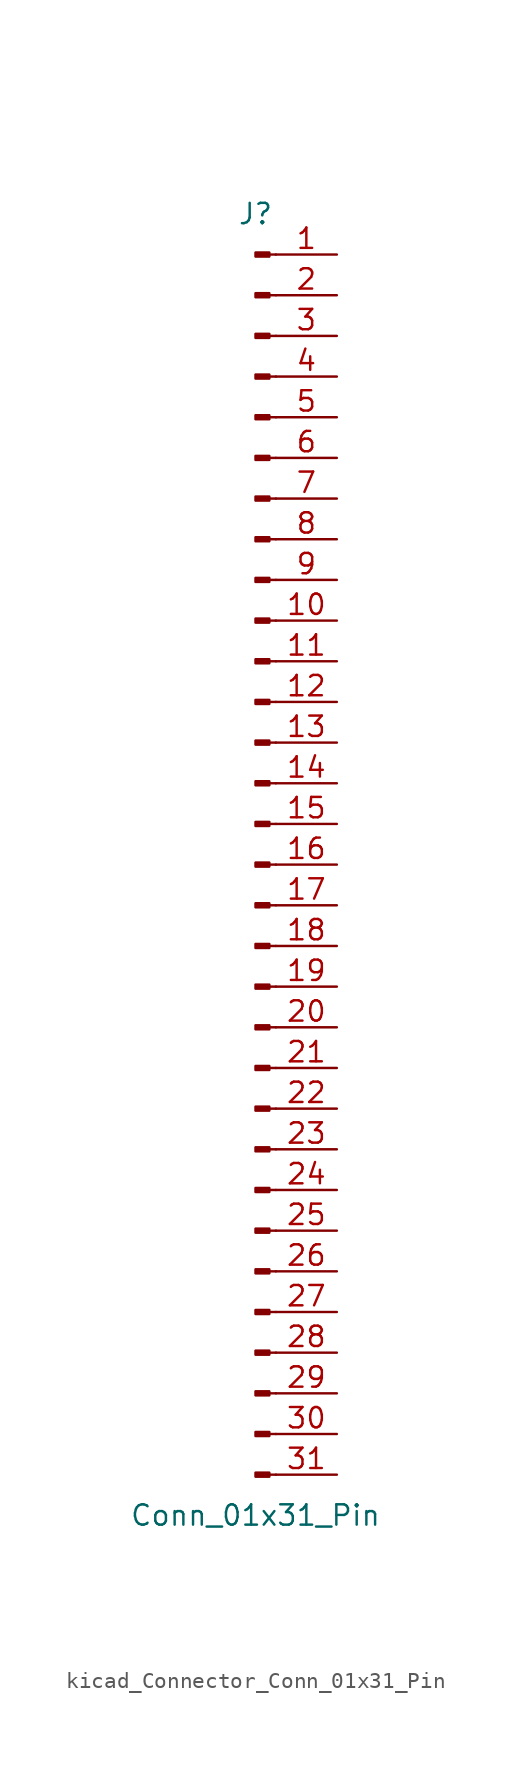
<source format=kicad_sym>
(kicad_symbol_lib
  (version 20220914)
  (generator kicad_symbol_editor)
  (symbol "kicad_Connector_Conn_01x31_Pin"
    (pin_names
      (offset 1.016) hide)
    (property "Reference" "J"
      (at 0 40.64 0)
      (effects (font (size 1.27 1.27))))
    (property "Value" "Conn_01x31_Pin"
      (at 0 -40.64 0)
      (effects (font (size 1.27 1.27))))
    (property "ki_locked" ""
      (at 0 0 0)
      (effects (font (size 1.27 1.27))))
    (symbol "kicad_Connector_Conn_01x31_Pin_1_1"
      (polyline (pts (xy 1.27 -38.1) (xy 0.864 -38.1)) (stroke (width 0.152) (type default)) (fill (type none)))
      (polyline (pts (xy 1.27 -35.56) (xy 0.864 -35.56)) (stroke (width 0.152) (type default)) (fill (type none)))
      (polyline (pts (xy 1.27 -33.02) (xy 0.864 -33.02)) (stroke (width 0.152) (type default)) (fill (type none)))
      (polyline (pts (xy 1.27 -30.48) (xy 0.864 -30.48)) (stroke (width 0.152) (type default)) (fill (type none)))
      (polyline (pts (xy 1.27 -27.94) (xy 0.864 -27.94)) (stroke (width 0.152) (type default)) (fill (type none)))
      (polyline (pts (xy 1.27 -25.4) (xy 0.864 -25.4)) (stroke (width 0.152) (type default)) (fill (type none)))
      (polyline (pts (xy 1.27 -22.86) (xy 0.864 -22.86)) (stroke (width 0.152) (type default)) (fill (type none)))
      (polyline (pts (xy 1.27 -20.32) (xy 0.864 -20.32)) (stroke (width 0.152) (type default)) (fill (type none)))
      (polyline (pts (xy 1.27 -17.78) (xy 0.864 -17.78)) (stroke (width 0.152) (type default)) (fill (type none)))
      (polyline (pts (xy 1.27 -15.24) (xy 0.864 -15.24)) (stroke (width 0.152) (type default)) (fill (type none)))
      (polyline (pts (xy 1.27 -12.7) (xy 0.864 -12.7)) (stroke (width 0.152) (type default)) (fill (type none)))
      (polyline (pts (xy 1.27 -10.16) (xy 0.864 -10.16)) (stroke (width 0.152) (type default)) (fill (type none)))
      (polyline (pts (xy 1.27 -7.62) (xy 0.864 -7.62)) (stroke (width 0.152) (type default)) (fill (type none)))
      (polyline (pts (xy 1.27 -5.08) (xy 0.864 -5.08)) (stroke (width 0.152) (type default)) (fill (type none)))
      (polyline (pts (xy 1.27 -2.54) (xy 0.864 -2.54)) (stroke (width 0.152) (type default)) (fill (type none)))
      (polyline (pts (xy 1.27 0) (xy 0.864 0)) (stroke (width 0.152) (type default)) (fill (type none)))
      (polyline (pts (xy 1.27 2.54) (xy 0.864 2.54)) (stroke (width 0.152) (type default)) (fill (type none)))
      (polyline (pts (xy 1.27 5.08) (xy 0.864 5.08)) (stroke (width 0.152) (type default)) (fill (type none)))
      (polyline (pts (xy 1.27 7.62) (xy 0.864 7.62)) (stroke (width 0.152) (type default)) (fill (type none)))
      (polyline (pts (xy 1.27 10.16) (xy 0.864 10.16)) (stroke (width 0.152) (type default)) (fill (type none)))
      (polyline (pts (xy 1.27 12.7) (xy 0.864 12.7)) (stroke (width 0.152) (type default)) (fill (type none)))
      (polyline (pts (xy 1.27 15.24) (xy 0.864 15.24)) (stroke (width 0.152) (type default)) (fill (type none)))
      (polyline (pts (xy 1.27 17.78) (xy 0.864 17.78)) (stroke (width 0.152) (type default)) (fill (type none)))
      (polyline (pts (xy 1.27 20.32) (xy 0.864 20.32)) (stroke (width 0.152) (type default)) (fill (type none)))
      (polyline (pts (xy 1.27 22.86) (xy 0.864 22.86)) (stroke (width 0.152) (type default)) (fill (type none)))
      (polyline (pts (xy 1.27 25.4) (xy 0.864 25.4)) (stroke (width 0.152) (type default)) (fill (type none)))
      (polyline (pts (xy 1.27 27.94) (xy 0.864 27.94)) (stroke (width 0.152) (type default)) (fill (type none)))
      (polyline (pts (xy 1.27 30.48) (xy 0.864 30.48)) (stroke (width 0.152) (type default)) (fill (type none)))
      (polyline (pts (xy 1.27 33.02) (xy 0.864 33.02)) (stroke (width 0.152) (type default)) (fill (type none)))
      (polyline (pts (xy 1.27 35.56) (xy 0.864 35.56)) (stroke (width 0.152) (type default)) (fill (type none)))
      (polyline (pts (xy 1.27 38.1) (xy 0.864 38.1)) (stroke (width 0.152) (type default)) (fill (type none)))
      (rectangle (start 0.864 -37.973) (end 0 -38.227) (stroke (width 0.152) (type default)) (fill (type outline)))
      (rectangle (start 0.864 -35.433) (end 0 -35.687) (stroke (width 0.152) (type default)) (fill (type outline)))
      (rectangle (start 0.864 -32.893) (end 0 -33.147) (stroke (width 0.152) (type default)) (fill (type outline)))
      (rectangle (start 0.864 -30.353) (end 0 -30.607) (stroke (width 0.152) (type default)) (fill (type outline)))
      (rectangle (start 0.864 -27.813) (end 0 -28.067) (stroke (width 0.152) (type default)) (fill (type outline)))
      (rectangle (start 0.864 -25.273) (end 0 -25.527) (stroke (width 0.152) (type default)) (fill (type outline)))
      (rectangle (start 0.864 -22.733) (end 0 -22.987) (stroke (width 0.152) (type default)) (fill (type outline)))
      (rectangle (start 0.864 -20.193) (end 0 -20.447) (stroke (width 0.152) (type default)) (fill (type outline)))
      (rectangle (start 0.864 -17.653) (end 0 -17.907) (stroke (width 0.152) (type default)) (fill (type outline)))
      (rectangle (start 0.864 -15.113) (end 0 -15.367) (stroke (width 0.152) (type default)) (fill (type outline)))
      (rectangle (start 0.864 -12.573) (end 0 -12.827) (stroke (width 0.152) (type default)) (fill (type outline)))
      (rectangle (start 0.864 -10.033) (end 0 -10.287) (stroke (width 0.152) (type default)) (fill (type outline)))
      (rectangle (start 0.864 -7.493) (end 0 -7.747) (stroke (width 0.152) (type default)) (fill (type outline)))
      (rectangle (start 0.864 -4.953) (end 0 -5.207) (stroke (width 0.152) (type default)) (fill (type outline)))
      (rectangle (start 0.864 -2.413) (end 0 -2.667) (stroke (width 0.152) (type default)) (fill (type outline)))
      (rectangle (start 0.864 0.127) (end 0 -0.127) (stroke (width 0.152) (type default)) (fill (type outline)))
      (rectangle (start 0.864 2.667) (end 0 2.413) (stroke (width 0.152) (type default)) (fill (type outline)))
      (rectangle (start 0.864 5.207) (end 0 4.953) (stroke (width 0.152) (type default)) (fill (type outline)))
      (rectangle (start 0.864 7.747) (end 0 7.493) (stroke (width 0.152) (type default)) (fill (type outline)))
      (rectangle (start 0.864 10.287) (end 0 10.033) (stroke (width 0.152) (type default)) (fill (type outline)))
      (rectangle (start 0.864 12.827) (end 0 12.573) (stroke (width 0.152) (type default)) (fill (type outline)))
      (rectangle (start 0.864 15.367) (end 0 15.113) (stroke (width 0.152) (type default)) (fill (type outline)))
      (rectangle (start 0.864 17.907) (end 0 17.653) (stroke (width 0.152) (type default)) (fill (type outline)))
      (rectangle (start 0.864 20.447) (end 0 20.193) (stroke (width 0.152) (type default)) (fill (type outline)))
      (rectangle (start 0.864 22.987) (end 0 22.733) (stroke (width 0.152) (type default)) (fill (type outline)))
      (rectangle (start 0.864 25.527) (end 0 25.273) (stroke (width 0.152) (type default)) (fill (type outline)))
      (rectangle (start 0.864 28.067) (end 0 27.813) (stroke (width 0.152) (type default)) (fill (type outline)))
      (rectangle (start 0.864 30.607) (end 0 30.353) (stroke (width 0.152) (type default)) (fill (type outline)))
      (rectangle (start 0.864 33.147) (end 0 32.893) (stroke (width 0.152) (type default)) (fill (type outline)))
      (rectangle (start 0.864 35.687) (end 0 35.433) (stroke (width 0.152) (type default)) (fill (type outline)))
      (rectangle (start 0.864 38.227) (end 0 37.973) (stroke (width 0.152) (type default)) (fill (type outline)))
      (pin passive line (at 5.08 38.1 180) (length 3.81) (name "Pin_1" (effects (font (size 1.27 1.27)))) (number "1" (effects (font (size 1.27 1.27)))))
      (pin passive line (at 5.08 15.24 180) (length 3.81) (name "Pin_10" (effects (font (size 1.27 1.27)))) (number "10" (effects (font (size 1.27 1.27)))))
      (pin passive line (at 5.08 12.7 180) (length 3.81) (name "Pin_11" (effects (font (size 1.27 1.27)))) (number "11" (effects (font (size 1.27 1.27)))))
      (pin passive line (at 5.08 10.16 180) (length 3.81) (name "Pin_12" (effects (font (size 1.27 1.27)))) (number "12" (effects (font (size 1.27 1.27)))))
      (pin passive line (at 5.08 7.62 180) (length 3.81) (name "Pin_13" (effects (font (size 1.27 1.27)))) (number "13" (effects (font (size 1.27 1.27)))))
      (pin passive line (at 5.08 5.08 180) (length 3.81) (name "Pin_14" (effects (font (size 1.27 1.27)))) (number "14" (effects (font (size 1.27 1.27)))))
      (pin passive line (at 5.08 2.54 180) (length 3.81) (name "Pin_15" (effects (font (size 1.27 1.27)))) (number "15" (effects (font (size 1.27 1.27)))))
      (pin passive line (at 5.08 0 180) (length 3.81) (name "Pin_16" (effects (font (size 1.27 1.27)))) (number "16" (effects (font (size 1.27 1.27)))))
      (pin passive line (at 5.08 -2.54 180) (length 3.81) (name "Pin_17" (effects (font (size 1.27 1.27)))) (number "17" (effects (font (size 1.27 1.27)))))
      (pin passive line (at 5.08 -5.08 180) (length 3.81) (name "Pin_18" (effects (font (size 1.27 1.27)))) (number "18" (effects (font (size 1.27 1.27)))))
      (pin passive line (at 5.08 -7.62 180) (length 3.81) (name "Pin_19" (effects (font (size 1.27 1.27)))) (number "19" (effects (font (size 1.27 1.27)))))
      (pin passive line (at 5.08 35.56 180) (length 3.81) (name "Pin_2" (effects (font (size 1.27 1.27)))) (number "2" (effects (font (size 1.27 1.27)))))
      (pin passive line (at 5.08 -10.16 180) (length 3.81) (name "Pin_20" (effects (font (size 1.27 1.27)))) (number "20" (effects (font (size 1.27 1.27)))))
      (pin passive line (at 5.08 -12.7 180) (length 3.81) (name "Pin_21" (effects (font (size 1.27 1.27)))) (number "21" (effects (font (size 1.27 1.27)))))
      (pin passive line (at 5.08 -15.24 180) (length 3.81) (name "Pin_22" (effects (font (size 1.27 1.27)))) (number "22" (effects (font (size 1.27 1.27)))))
      (pin passive line (at 5.08 -17.78 180) (length 3.81) (name "Pin_23" (effects (font (size 1.27 1.27)))) (number "23" (effects (font (size 1.27 1.27)))))
      (pin passive line (at 5.08 -20.32 180) (length 3.81) (name "Pin_24" (effects (font (size 1.27 1.27)))) (number "24" (effects (font (size 1.27 1.27)))))
      (pin passive line (at 5.08 -22.86 180) (length 3.81) (name "Pin_25" (effects (font (size 1.27 1.27)))) (number "25" (effects (font (size 1.27 1.27)))))
      (pin passive line (at 5.08 -25.4 180) (length 3.81) (name "Pin_26" (effects (font (size 1.27 1.27)))) (number "26" (effects (font (size 1.27 1.27)))))
      (pin passive line (at 5.08 -27.94 180) (length 3.81) (name "Pin_27" (effects (font (size 1.27 1.27)))) (number "27" (effects (font (size 1.27 1.27)))))
      (pin passive line (at 5.08 -30.48 180) (length 3.81) (name "Pin_28" (effects (font (size 1.27 1.27)))) (number "28" (effects (font (size 1.27 1.27)))))
      (pin passive line (at 5.08 -33.02 180) (length 3.81) (name "Pin_29" (effects (font (size 1.27 1.27)))) (number "29" (effects (font (size 1.27 1.27)))))
      (pin passive line (at 5.08 33.02 180) (length 3.81) (name "Pin_3" (effects (font (size 1.27 1.27)))) (number "3" (effects (font (size 1.27 1.27)))))
      (pin passive line (at 5.08 -35.56 180) (length 3.81) (name "Pin_30" (effects (font (size 1.27 1.27)))) (number "30" (effects (font (size 1.27 1.27)))))
      (pin passive line (at 5.08 -38.1 180) (length 3.81) (name "Pin_31" (effects (font (size 1.27 1.27)))) (number "31" (effects (font (size 1.27 1.27)))))
      (pin passive line (at 5.08 30.48 180) (length 3.81) (name "Pin_4" (effects (font (size 1.27 1.27)))) (number "4" (effects (font (size 1.27 1.27)))))
      (pin passive line (at 5.08 27.94 180) (length 3.81) (name "Pin_5" (effects (font (size 1.27 1.27)))) (number "5" (effects (font (size 1.27 1.27)))))
      (pin passive line (at 5.08 25.4 180) (length 3.81) (name "Pin_6" (effects (font (size 1.27 1.27)))) (number "6" (effects (font (size 1.27 1.27)))))
      (pin passive line (at 5.08 22.86 180) (length 3.81) (name "Pin_7" (effects (font (size 1.27 1.27)))) (number "7" (effects (font (size 1.27 1.27)))))
      (pin passive line (at 5.08 20.32 180) (length 3.81) (name "Pin_8" (effects (font (size 1.27 1.27)))) (number "8" (effects (font (size 1.27 1.27)))))
      (pin passive line (at 5.08 17.78 180) (length 3.81) (name "Pin_9" (effects (font (size 1.27 1.27)))) (number "9" (effects (font (size 1.27 1.27))))))))
</source>
